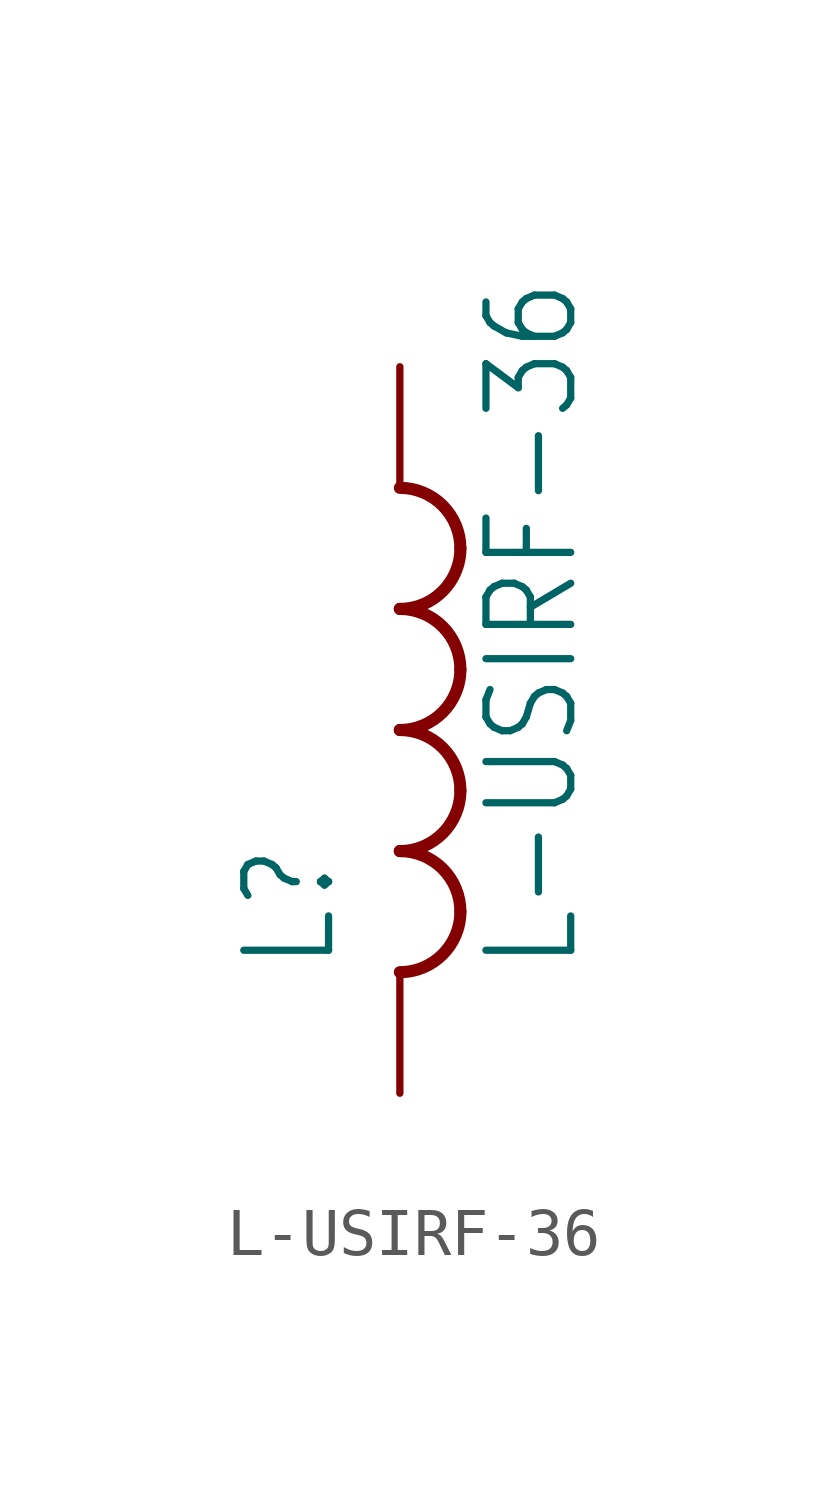
<source format=kicad_sym>
(kicad_symbol_lib
  (version 20211014)
  (generator kicad_symbol_editor)
  (symbol "L-USIRF-36"
    (property "Reference" "L"
      (at -1.27 -5.08 90)
      (effects (font (size 1.778 1.511)) (justify left bottom)))
    (property "Value" "L-USIRF-36"
      (at 3.81 -5.08 90)
      (effects (font (size 1.778 1.511)) (justify left bottom)))
    (property "ki_locked" ""
      (at 0 0 0)
      (effects (font (size 1.27 1.27))))
    (symbol "L-USIRF-36_1_0"
      (arc (start 0 -5.08) (mid 0.898 -4.708) (end 1.27 -3.81) (stroke (width 0.254) (type default) (color 0 0 0 0)) (fill (type none)))
      (arc (start 0 -2.54) (mid 0.898 -2.168) (end 1.27 -1.27) (stroke (width 0.254) (type default) (color 0 0 0 0)) (fill (type none)))
      (arc (start 0 0) (mid 0.898 0.372) (end 1.27 1.27) (stroke (width 0.254) (type default) (color 0 0 0 0)) (fill (type none)))
      (arc (start 0 2.54) (mid 0.898 2.912) (end 1.27 3.81) (stroke (width 0.254) (type default) (color 0 0 0 0)) (fill (type none)))
      (arc (start 1.27 -3.81) (mid 0.898 -2.912) (end 0 -2.54) (stroke (width 0.254) (type default) (color 0 0 0 0)) (fill (type none)))
      (arc (start 1.27 -1.27) (mid 0.898 -0.372) (end 0 0) (stroke (width 0.254) (type default) (color 0 0 0 0)) (fill (type none)))
      (arc (start 1.27 1.27) (mid 0.898 2.168) (end 0 2.54) (stroke (width 0.254) (type default) (color 0 0 0 0)) (fill (type none)))
      (arc (start 1.27 3.81) (mid 0.898 4.708) (end 0 5.08) (stroke (width 0.254) (type default) (color 0 0 0 0)) (fill (type none)))
      (pin passive line (at 0 7.62 270) (length 2.54) (name "1" (effects (font (size 0 0)))) (number "1" (effects (font (size 0 0)))))
      (pin passive line (at 0 -7.62 90) (length 2.54) (name "2" (effects (font (size 0 0)))) (number "2" (effects (font (size 0 0))))))))
</source>
